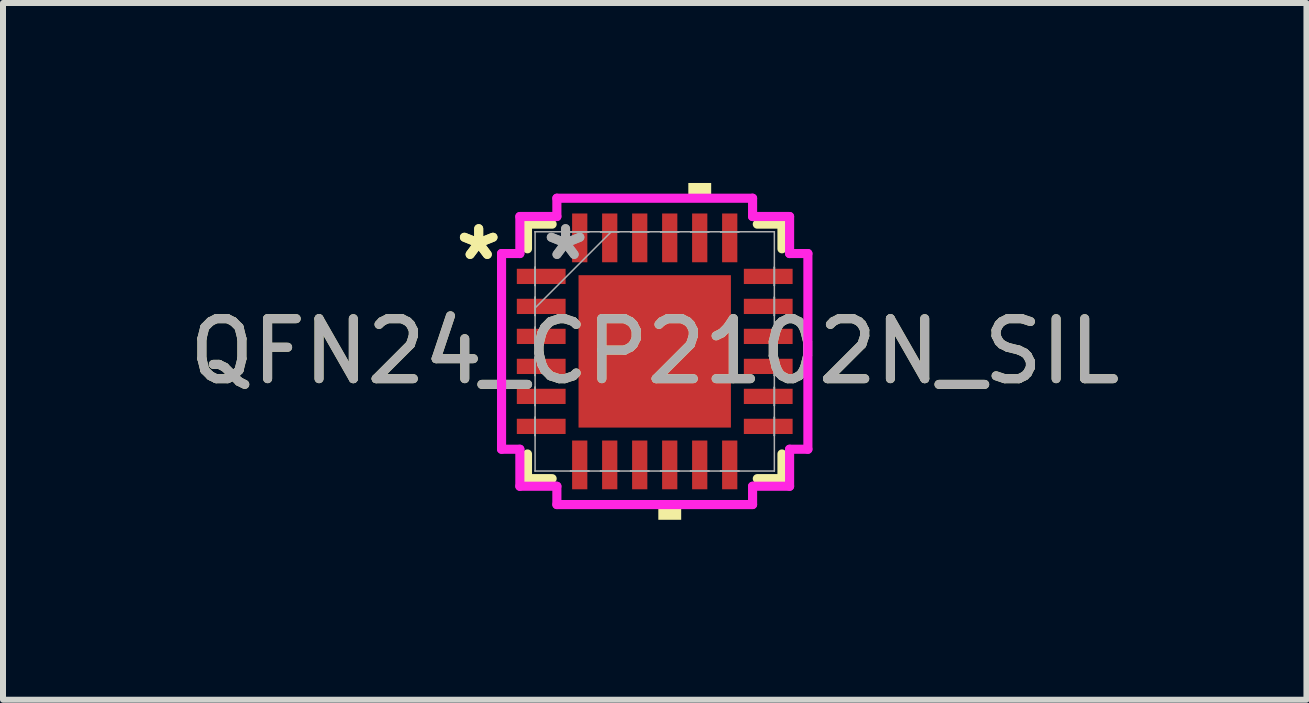
<source format=kicad_pcb>
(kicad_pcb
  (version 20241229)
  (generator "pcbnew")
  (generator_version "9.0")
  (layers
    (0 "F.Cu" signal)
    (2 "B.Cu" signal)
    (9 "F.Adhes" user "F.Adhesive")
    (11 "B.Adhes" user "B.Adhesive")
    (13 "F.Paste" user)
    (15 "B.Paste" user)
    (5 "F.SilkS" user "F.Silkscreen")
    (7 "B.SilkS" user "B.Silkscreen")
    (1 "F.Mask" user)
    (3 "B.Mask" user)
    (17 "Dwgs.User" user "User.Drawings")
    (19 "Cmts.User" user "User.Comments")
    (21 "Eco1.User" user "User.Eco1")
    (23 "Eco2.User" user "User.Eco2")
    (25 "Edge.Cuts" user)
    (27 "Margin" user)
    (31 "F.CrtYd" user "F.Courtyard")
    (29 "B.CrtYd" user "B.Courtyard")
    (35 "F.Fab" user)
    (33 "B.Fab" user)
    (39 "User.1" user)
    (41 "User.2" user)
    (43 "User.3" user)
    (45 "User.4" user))
  (footprint "QFN24_CP2102N_SIL"
    (layer "F.Cu")
    (at 7.863 2.807)
    (property "Reference" "QFN24_CP2102N_SIL" (at 0 0 0) (unlocked yes) (layer "F.SilkS") (effects (font (size 1 1) (thickness 0.15))))
    (attr smd)
    (fp_line (start -2.121 -2.121) (end -2.121 -1.71) (stroke (width 0.152) (type solid)) (layer "F.SilkS"))
    (fp_line (start -2.121 1.71) (end -2.121 2.121) (stroke (width 0.152) (type solid)) (layer "F.SilkS"))
    (fp_line (start -2.121 2.121) (end -1.71 2.121) (stroke (width 0.152) (type solid)) (layer "F.SilkS"))
    (fp_line (start -1.71 -2.121) (end -2.121 -2.121) (stroke (width 0.152) (type solid)) (layer "F.SilkS"))
    (fp_line (start 1.71 2.121) (end 2.121 2.121) (stroke (width 0.152) (type solid)) (layer "F.SilkS"))
    (fp_line (start 2.121 -2.121) (end 1.71 -2.121) (stroke (width 0.152) (type solid)) (layer "F.SilkS"))
    (fp_line (start 2.121 -1.71) (end 2.121 -2.121) (stroke (width 0.152) (type solid)) (layer "F.SilkS"))
    (fp_line (start 2.121 2.121) (end 2.121 1.71) (stroke (width 0.152) (type solid)) (layer "F.SilkS"))
    (fp_poly (pts (xy 0.06 2.553) (xy 0.06 2.807) (xy 0.441 2.807) (xy 0.441 2.553)) (stroke (width 0) (type solid)) (fill yes) (layer "F.SilkS"))
    (fp_poly (pts (xy 0.56 -2.553) (xy 0.56 -2.807) (xy 0.941 -2.807) (xy 0.941 -2.553)) (stroke (width 0) (type solid)) (fill yes) (layer "F.SilkS"))
    (fp_poly (pts (xy -1.17 -1.17) (xy -1.17 -0.1) (xy -0.1 -0.1) (xy -0.1 -1.17)) (stroke (width 0) (type solid)) (fill yes) (layer "F.Paste"))
    (fp_poly (pts (xy -1.17 0.1) (xy -1.17 1.17) (xy -0.1 1.17) (xy -0.1 0.1)) (stroke (width 0) (type solid)) (fill yes) (layer "F.Paste"))
    (fp_poly (pts (xy 0.1 -1.17) (xy 0.1 -0.1) (xy 1.17 -0.1) (xy 1.17 -1.17)) (stroke (width 0) (type solid)) (fill yes) (layer "F.Paste"))
    (fp_poly (pts (xy 0.1 0.1) (xy 0.1 1.17) (xy 1.17 1.17) (xy 1.17 0.1)) (stroke (width 0) (type solid)) (fill yes) (layer "F.Paste"))
    (fp_line (start -2.553 -1.631) (end -2.248 -1.631) (stroke (width 0.152) (type solid)) (layer "F.CrtYd"))
    (fp_line (start -2.553 1.631) (end -2.553 -1.631) (stroke (width 0.152) (type solid)) (layer "F.CrtYd"))
    (fp_line (start -2.248 -2.248) (end -1.631 -2.248) (stroke (width 0.152) (type solid)) (layer "F.CrtYd"))
    (fp_line (start -2.248 -1.631) (end -2.248 -2.248) (stroke (width 0.152) (type solid)) (layer "F.CrtYd"))
    (fp_line (start -2.248 1.631) (end -2.553 1.631) (stroke (width 0.152) (type solid)) (layer "F.CrtYd"))
    (fp_line (start -2.248 2.248) (end -2.248 1.631) (stroke (width 0.152) (type solid)) (layer "F.CrtYd"))
    (fp_line (start -1.631 -2.553) (end 1.631 -2.553) (stroke (width 0.152) (type solid)) (layer "F.CrtYd"))
    (fp_line (start -1.631 -2.248) (end -1.631 -2.553) (stroke (width 0.152) (type solid)) (layer "F.CrtYd"))
    (fp_line (start -1.631 2.248) (end -2.248 2.248) (stroke (width 0.152) (type solid)) (layer "F.CrtYd"))
    (fp_line (start -1.631 2.553) (end -1.631 2.248) (stroke (width 0.152) (type solid)) (layer "F.CrtYd"))
    (fp_line (start 1.631 -2.553) (end 1.631 -2.248) (stroke (width 0.152) (type solid)) (layer "F.CrtYd"))
    (fp_line (start 1.631 -2.248) (end 2.248 -2.248) (stroke (width 0.152) (type solid)) (layer "F.CrtYd"))
    (fp_line (start 1.631 2.248) (end 1.631 2.553) (stroke (width 0.152) (type solid)) (layer "F.CrtYd"))
    (fp_line (start 1.631 2.553) (end -1.631 2.553) (stroke (width 0.152) (type solid)) (layer "F.CrtYd"))
    (fp_line (start 2.248 -2.248) (end 2.248 -1.631) (stroke (width 0.152) (type solid)) (layer "F.CrtYd"))
    (fp_line (start 2.248 -1.631) (end 2.553 -1.631) (stroke (width 0.152) (type solid)) (layer "F.CrtYd"))
    (fp_line (start 2.248 1.631) (end 2.248 2.248) (stroke (width 0.152) (type solid)) (layer "F.CrtYd"))
    (fp_line (start 2.248 2.248) (end 1.631 2.248) (stroke (width 0.152) (type solid)) (layer "F.CrtYd"))
    (fp_line (start 2.553 -1.631) (end 2.553 1.631) (stroke (width 0.152) (type solid)) (layer "F.CrtYd"))
    (fp_line (start 2.553 1.631) (end 2.248 1.631) (stroke (width 0.152) (type solid)) (layer "F.CrtYd"))
    (fp_line (start -1.994 -1.994) (end -1.994 -1.994) (stroke (width 0.025) (type solid)) (layer "F.Fab"))
    (fp_line (start -1.994 -1.994) (end -1.994 1.994) (stroke (width 0.025) (type solid)) (layer "F.Fab"))
    (fp_line (start -1.994 -1.403) (end -1.994 -1.403) (stroke (width 0.025) (type solid)) (layer "F.Fab"))
    (fp_line (start -1.994 -1.403) (end -1.994 -1.098) (stroke (width 0.025) (type solid)) (layer "F.Fab"))
    (fp_line (start -1.994 -1.098) (end -1.994 -1.403) (stroke (width 0.025) (type solid)) (layer "F.Fab"))
    (fp_line (start -1.994 -1.098) (end -1.994 -1.098) (stroke (width 0.025) (type solid)) (layer "F.Fab"))
    (fp_line (start -1.994 -0.903) (end -1.994 -0.903) (stroke (width 0.025) (type solid)) (layer "F.Fab"))
    (fp_line (start -1.994 -0.903) (end -1.994 -0.598) (stroke (width 0.025) (type solid)) (layer "F.Fab"))
    (fp_line (start -1.994 -0.724) (end -0.724 -1.994) (stroke (width 0.025) (type solid)) (layer "F.Fab"))
    (fp_line (start -1.994 -0.598) (end -1.994 -0.903) (stroke (width 0.025) (type solid)) (layer "F.Fab"))
    (fp_line (start -1.994 -0.598) (end -1.994 -0.598) (stroke (width 0.025) (type solid)) (layer "F.Fab"))
    (fp_line (start -1.994 -0.402) (end -1.994 -0.402) (stroke (width 0.025) (type solid)) (layer "F.Fab"))
    (fp_line (start -1.994 -0.402) (end -1.994 -0.098) (stroke (width 0.025) (type solid)) (layer "F.Fab"))
    (fp_line (start -1.994 -0.098) (end -1.994 -0.402) (stroke (width 0.025) (type solid)) (layer "F.Fab"))
    (fp_line (start -1.994 -0.098) (end -1.994 -0.098) (stroke (width 0.025) (type solid)) (layer "F.Fab"))
    (fp_line (start -1.994 0.098) (end -1.994 0.098) (stroke (width 0.025) (type solid)) (layer "F.Fab"))
    (fp_line (start -1.994 0.098) (end -1.994 0.402) (stroke (width 0.025) (type solid)) (layer "F.Fab"))
    (fp_line (start -1.994 0.402) (end -1.994 0.098) (stroke (width 0.025) (type solid)) (layer "F.Fab"))
    (fp_line (start -1.994 0.402) (end -1.994 0.402) (stroke (width 0.025) (type solid)) (layer "F.Fab"))
    (fp_line (start -1.994 0.598) (end -1.994 0.598) (stroke (width 0.025) (type solid)) (layer "F.Fab"))
    (fp_line (start -1.994 0.598) (end -1.994 0.903) (stroke (width 0.025) (type solid)) (layer "F.Fab"))
    (fp_line (start -1.994 0.903) (end -1.994 0.598) (stroke (width 0.025) (type solid)) (layer "F.Fab"))
    (fp_line (start -1.994 0.903) (end -1.994 0.903) (stroke (width 0.025) (type solid)) (layer "F.Fab"))
    (fp_line (start -1.994 1.098) (end -1.994 1.098) (stroke (width 0.025) (type solid)) (layer "F.Fab"))
    (fp_line (start -1.994 1.098) (end -1.994 1.403) (stroke (width 0.025) (type solid)) (layer "F.Fab"))
    (fp_line (start -1.994 1.403) (end -1.994 1.098) (stroke (width 0.025) (type solid)) (layer "F.Fab"))
    (fp_line (start -1.994 1.403) (end -1.994 1.403) (stroke (width 0.025) (type solid)) (layer "F.Fab"))
    (fp_line (start -1.994 1.994) (end -1.994 1.994) (stroke (width 0.025) (type solid)) (layer "F.Fab"))
    (fp_line (start -1.994 1.994) (end 1.994 1.994) (stroke (width 0.025) (type solid)) (layer "F.Fab"))
    (fp_line (start -1.403 -1.994) (end -1.403 -1.994) (stroke (width 0.025) (type solid)) (layer "F.Fab"))
    (fp_line (start -1.403 -1.994) (end -1.098 -1.994) (stroke (width 0.025) (type solid)) (layer "F.Fab"))
    (fp_line (start -1.403 1.994) (end -1.403 1.994) (stroke (width 0.025) (type solid)) (layer "F.Fab"))
    (fp_line (start -1.403 1.994) (end -1.098 1.994) (stroke (width 0.025) (type solid)) (layer "F.Fab"))
    (fp_line (start -1.098 -1.994) (end -1.403 -1.994) (stroke (width 0.025) (type solid)) (layer "F.Fab"))
    (fp_line (start -1.098 -1.994) (end -1.098 -1.994) (stroke (width 0.025) (type solid)) (layer "F.Fab"))
    (fp_line (start -1.098 1.994) (end -1.403 1.994) (stroke (width 0.025) (type solid)) (layer "F.Fab"))
    (fp_line (start -1.098 1.994) (end -1.098 1.994) (stroke (width 0.025) (type solid)) (layer "F.Fab"))
    (fp_line (start -0.903 -1.994) (end -0.903 -1.994) (stroke (width 0.025) (type solid)) (layer "F.Fab"))
    (fp_line (start -0.903 -1.994) (end -0.598 -1.994) (stroke (width 0.025) (type solid)) (layer "F.Fab"))
    (fp_line (start -0.903 1.994) (end -0.903 1.994) (stroke (width 0.025) (type solid)) (layer "F.Fab"))
    (fp_line (start -0.903 1.994) (end -0.598 1.994) (stroke (width 0.025) (type solid)) (layer "F.Fab"))
    (fp_line (start -0.598 -1.994) (end -0.903 -1.994) (stroke (width 0.025) (type solid)) (layer "F.Fab"))
    (fp_line (start -0.598 -1.994) (end -0.598 -1.994) (stroke (width 0.025) (type solid)) (layer "F.Fab"))
    (fp_line (start -0.598 1.994) (end -0.903 1.994) (stroke (width 0.025) (type solid)) (layer "F.Fab"))
    (fp_line (start -0.598 1.994) (end -0.598 1.994) (stroke (width 0.025) (type solid)) (layer "F.Fab"))
    (fp_line (start -0.402 -1.994) (end -0.402 -1.994) (stroke (width 0.025) (type solid)) (layer "F.Fab"))
    (fp_line (start -0.402 -1.994) (end -0.098 -1.994) (stroke (width 0.025) (type solid)) (layer "F.Fab"))
    (fp_line (start -0.402 1.994) (end -0.402 1.994) (stroke (width 0.025) (type solid)) (layer "F.Fab"))
    (fp_line (start -0.402 1.994) (end -0.098 1.994) (stroke (width 0.025) (type solid)) (layer "F.Fab"))
    (fp_line (start -0.098 -1.994) (end -0.402 -1.994) (stroke (width 0.025) (type solid)) (layer "F.Fab"))
    (fp_line (start -0.098 -1.994) (end -0.098 -1.994) (stroke (width 0.025) (type solid)) (layer "F.Fab"))
    (fp_line (start -0.098 1.994) (end -0.402 1.994) (stroke (width 0.025) (type solid)) (layer "F.Fab"))
    (fp_line (start -0.098 1.994) (end -0.098 1.994) (stroke (width 0.025) (type solid)) (layer "F.Fab"))
    (fp_line (start 0.098 -1.994) (end 0.098 -1.994) (stroke (width 0.025) (type solid)) (layer "F.Fab"))
    (fp_line (start 0.098 -1.994) (end 0.402 -1.994) (stroke (width 0.025) (type solid)) (layer "F.Fab"))
    (fp_line (start 0.098 1.994) (end 0.098 1.994) (stroke (width 0.025) (type solid)) (layer "F.Fab"))
    (fp_line (start 0.098 1.994) (end 0.402 1.994) (stroke (width 0.025) (type solid)) (layer "F.Fab"))
    (fp_line (start 0.402 -1.994) (end 0.098 -1.994) (stroke (width 0.025) (type solid)) (layer "F.Fab"))
    (fp_line (start 0.402 -1.994) (end 0.402 -1.994) (stroke (width 0.025) (type solid)) (layer "F.Fab"))
    (fp_line (start 0.402 1.994) (end 0.098 1.994) (stroke (width 0.025) (type solid)) (layer "F.Fab"))
    (fp_line (start 0.402 1.994) (end 0.402 1.994) (stroke (width 0.025) (type solid)) (layer "F.Fab"))
    (fp_line (start 0.598 -1.994) (end 0.598 -1.994) (stroke (width 0.025) (type solid)) (layer "F.Fab"))
    (fp_line (start 0.598 -1.994) (end 0.903 -1.994) (stroke (width 0.025) (type solid)) (layer "F.Fab"))
    (fp_line (start 0.598 1.994) (end 0.598 1.994) (stroke (width 0.025) (type solid)) (layer "F.Fab"))
    (fp_line (start 0.598 1.994) (end 0.903 1.994) (stroke (width 0.025) (type solid)) (layer "F.Fab"))
    (fp_line (start 0.903 -1.994) (end 0.598 -1.994) (stroke (width 0.025) (type solid)) (layer "F.Fab"))
    (fp_line (start 0.903 -1.994) (end 0.903 -1.994) (stroke (width 0.025) (type solid)) (layer "F.Fab"))
    (fp_line (start 0.903 1.994) (end 0.598 1.994) (stroke (width 0.025) (type solid)) (layer "F.Fab"))
    (fp_line (start 0.903 1.994) (end 0.903 1.994) (stroke (width 0.025) (type solid)) (layer "F.Fab"))
    (fp_line (start 1.098 -1.994) (end 1.098 -1.994) (stroke (width 0.025) (type solid)) (layer "F.Fab"))
    (fp_line (start 1.098 -1.994) (end 1.403 -1.994) (stroke (width 0.025) (type solid)) (layer "F.Fab"))
    (fp_line (start 1.098 1.994) (end 1.098 1.994) (stroke (width 0.025) (type solid)) (layer "F.Fab"))
    (fp_line (start 1.098 1.994) (end 1.403 1.994) (stroke (width 0.025) (type solid)) (layer "F.Fab"))
    (fp_line (start 1.403 -1.994) (end 1.098 -1.994) (stroke (width 0.025) (type solid)) (layer "F.Fab"))
    (fp_line (start 1.403 -1.994) (end 1.403 -1.994) (stroke (width 0.025) (type solid)) (layer "F.Fab"))
    (fp_line (start 1.403 1.994) (end 1.098 1.994) (stroke (width 0.025) (type solid)) (layer "F.Fab"))
    (fp_line (start 1.403 1.994) (end 1.403 1.994) (stroke (width 0.025) (type solid)) (layer "F.Fab"))
    (fp_line (start 1.994 -1.994) (end -1.994 -1.994) (stroke (width 0.025) (type solid)) (layer "F.Fab"))
    (fp_line (start 1.994 -1.994) (end 1.994 -1.994) (stroke (width 0.025) (type solid)) (layer "F.Fab"))
    (fp_line (start 1.994 -1.403) (end 1.994 -1.403) (stroke (width 0.025) (type solid)) (layer "F.Fab"))
    (fp_line (start 1.994 -1.403) (end 1.994 -1.098) (stroke (width 0.025) (type solid)) (layer "F.Fab"))
    (fp_line (start 1.994 -1.098) (end 1.994 -1.403) (stroke (width 0.025) (type solid)) (layer "F.Fab"))
    (fp_line (start 1.994 -1.098) (end 1.994 -1.098) (stroke (width 0.025) (type solid)) (layer "F.Fab"))
    (fp_line (start 1.994 -0.903) (end 1.994 -0.903) (stroke (width 0.025) (type solid)) (layer "F.Fab"))
    (fp_line (start 1.994 -0.903) (end 1.994 -0.598) (stroke (width 0.025) (type solid)) (layer "F.Fab"))
    (fp_line (start 1.994 -0.598) (end 1.994 -0.903) (stroke (width 0.025) (type solid)) (layer "F.Fab"))
    (fp_line (start 1.994 -0.598) (end 1.994 -0.598) (stroke (width 0.025) (type solid)) (layer "F.Fab"))
    (fp_line (start 1.994 -0.402) (end 1.994 -0.402) (stroke (width 0.025) (type solid)) (layer "F.Fab"))
    (fp_line (start 1.994 -0.402) (end 1.994 -0.098) (stroke (width 0.025) (type solid)) (layer "F.Fab"))
    (fp_line (start 1.994 -0.098) (end 1.994 -0.402) (stroke (width 0.025) (type solid)) (layer "F.Fab"))
    (fp_line (start 1.994 -0.098) (end 1.994 -0.098) (stroke (width 0.025) (type solid)) (layer "F.Fab"))
    (fp_line (start 1.994 0.098) (end 1.994 0.098) (stroke (width 0.025) (type solid)) (layer "F.Fab"))
    (fp_line (start 1.994 0.098) (end 1.994 0.402) (stroke (width 0.025) (type solid)) (layer "F.Fab"))
    (fp_line (start 1.994 0.402) (end 1.994 0.098) (stroke (width 0.025) (type solid)) (layer "F.Fab"))
    (fp_line (start 1.994 0.402) (end 1.994 0.402) (stroke (width 0.025) (type solid)) (layer "F.Fab"))
    (fp_line (start 1.994 0.598) (end 1.994 0.598) (stroke (width 0.025) (type solid)) (layer "F.Fab"))
    (fp_line (start 1.994 0.598) (end 1.994 0.903) (stroke (width 0.025) (type solid)) (layer "F.Fab"))
    (fp_line (start 1.994 0.903) (end 1.994 0.598) (stroke (width 0.025) (type solid)) (layer "F.Fab"))
    (fp_line (start 1.994 0.903) (end 1.994 0.903) (stroke (width 0.025) (type solid)) (layer "F.Fab"))
    (fp_line (start 1.994 1.098) (end 1.994 1.098) (stroke (width 0.025) (type solid)) (layer "F.Fab"))
    (fp_line (start 1.994 1.098) (end 1.994 1.403) (stroke (width 0.025) (type solid)) (layer "F.Fab"))
    (fp_line (start 1.994 1.403) (end 1.994 1.098) (stroke (width 0.025) (type solid)) (layer "F.Fab"))
    (fp_line (start 1.994 1.403) (end 1.994 1.403) (stroke (width 0.025) (type solid)) (layer "F.Fab"))
    (fp_line (start 1.994 1.994) (end 1.994 -1.994) (stroke (width 0.025) (type solid)) (layer "F.Fab"))
    (fp_line (start 1.994 1.994) (end 1.994 1.994) (stroke (width 0.025) (type solid)) (layer "F.Fab"))
    (fp_text user "*" (at -2.934 -1.5 0) (layer "F.SilkS") (effects (font (size 1 1) (thickness 0.15))))
    (fp_text user "*" (at -2.934 -1.5 0) (unlocked yes) (layer "F.SilkS") (effects (font (size 1 1) (thickness 0.15))))
    (fp_text user "*" (at -1.486 -1.5 0) (unlocked yes) (layer "F.Fab") (effects (font (size 1 1) (thickness 0.15))))
    (fp_text user "*" (at -1.486 -1.5 0) (layer "F.Fab") (effects (font (size 1 1) (thickness 0.15))))
    (fp_text user "${REFERENCE}" (at 0 0 0) (unlocked yes) (layer "F.Fab") (effects (font (size 1 1) (thickness 0.15))))
    (pad "1" smd rect (at -1.892 -1.25 90) (size 0.254 0.813) (layers "F.Cu" "F.Mask" "F.Paste"))
    (pad "2" smd rect (at -1.892 -0.75 90) (size 0.254 0.813) (layers "F.Cu" "F.Mask" "F.Paste"))
    (pad "3" smd rect (at -1.892 -0.25 90) (size 0.254 0.813) (layers "F.Cu" "F.Mask" "F.Paste"))
    (pad "4" smd rect (at -1.892 0.25 90) (size 0.254 0.813) (layers "F.Cu" "F.Mask" "F.Paste"))
    (pad "5" smd rect (at -1.892 0.75 90) (size 0.254 0.813) (layers "F.Cu" "F.Mask" "F.Paste"))
    (pad "6" smd rect (at -1.892 1.25 90) (size 0.254 0.813) (layers "F.Cu" "F.Mask" "F.Paste"))
    (pad "7" smd rect (at -1.25 1.892) (size 0.254 0.813) (layers "F.Cu" "F.Mask" "F.Paste"))
    (pad "8" smd rect (at -0.75 1.892) (size 0.254 0.813) (layers "F.Cu" "F.Mask" "F.Paste"))
    (pad "9" smd rect (at -0.25 1.892) (size 0.254 0.813) (layers "F.Cu" "F.Mask" "F.Paste"))
    (pad "10" smd rect (at 0.25 1.892) (size 0.254 0.813) (layers "F.Cu" "F.Mask" "F.Paste"))
    (pad "11" smd rect (at 0.75 1.892) (size 0.254 0.813) (layers "F.Cu" "F.Mask" "F.Paste"))
    (pad "12" smd rect (at 1.25 1.892) (size 0.254 0.813) (layers "F.Cu" "F.Mask" "F.Paste"))
    (pad "13" smd rect (at 1.892 1.25 90) (size 0.254 0.813) (layers "F.Cu" "F.Mask" "F.Paste"))
    (pad "14" smd rect (at 1.892 0.75 90) (size 0.254 0.813) (layers "F.Cu" "F.Mask" "F.Paste"))
    (pad "15" smd rect (at 1.892 0.25 90) (size 0.254 0.813) (layers "F.Cu" "F.Mask" "F.Paste"))
    (pad "16" smd rect (at 1.892 -0.25 90) (size 0.254 0.813) (layers "F.Cu" "F.Mask" "F.Paste"))
    (pad "17" smd rect (at 1.892 -0.75 90) (size 0.254 0.813) (layers "F.Cu" "F.Mask" "F.Paste"))
    (pad "18" smd rect (at 1.892 -1.25 90) (size 0.254 0.813) (layers "F.Cu" "F.Mask" "F.Paste"))
    (pad "19" smd rect (at 1.25 -1.892) (size 0.254 0.813) (layers "F.Cu" "F.Mask" "F.Paste"))
    (pad "20" smd rect (at 0.75 -1.892) (size 0.254 0.813) (layers "F.Cu" "F.Mask" "F.Paste"))
    (pad "21" smd rect (at 0.25 -1.892) (size 0.254 0.813) (layers "F.Cu" "F.Mask" "F.Paste"))
    (pad "22" smd rect (at -0.25 -1.892) (size 0.254 0.813) (layers "F.Cu" "F.Mask" "F.Paste"))
    (pad "23" smd rect (at -0.75 -1.892) (size 0.254 0.813) (layers "F.Cu" "F.Mask" "F.Paste"))
    (pad "24" smd rect (at -1.25 -1.892) (size 0.254 0.813) (layers "F.Cu" "F.Mask" "F.Paste"))
    (pad "25" smd rect (at 0 0) (size 2.54 2.54) (layers "F.Cu" "F.Mask" "F.Paste")))
  (gr_rect
    (start -3 -3)
    (end 18.726 8.613)
    (stroke (width 0.1) (type default))
    (fill no)
    (layer "Edge.Cuts")))
</source>
